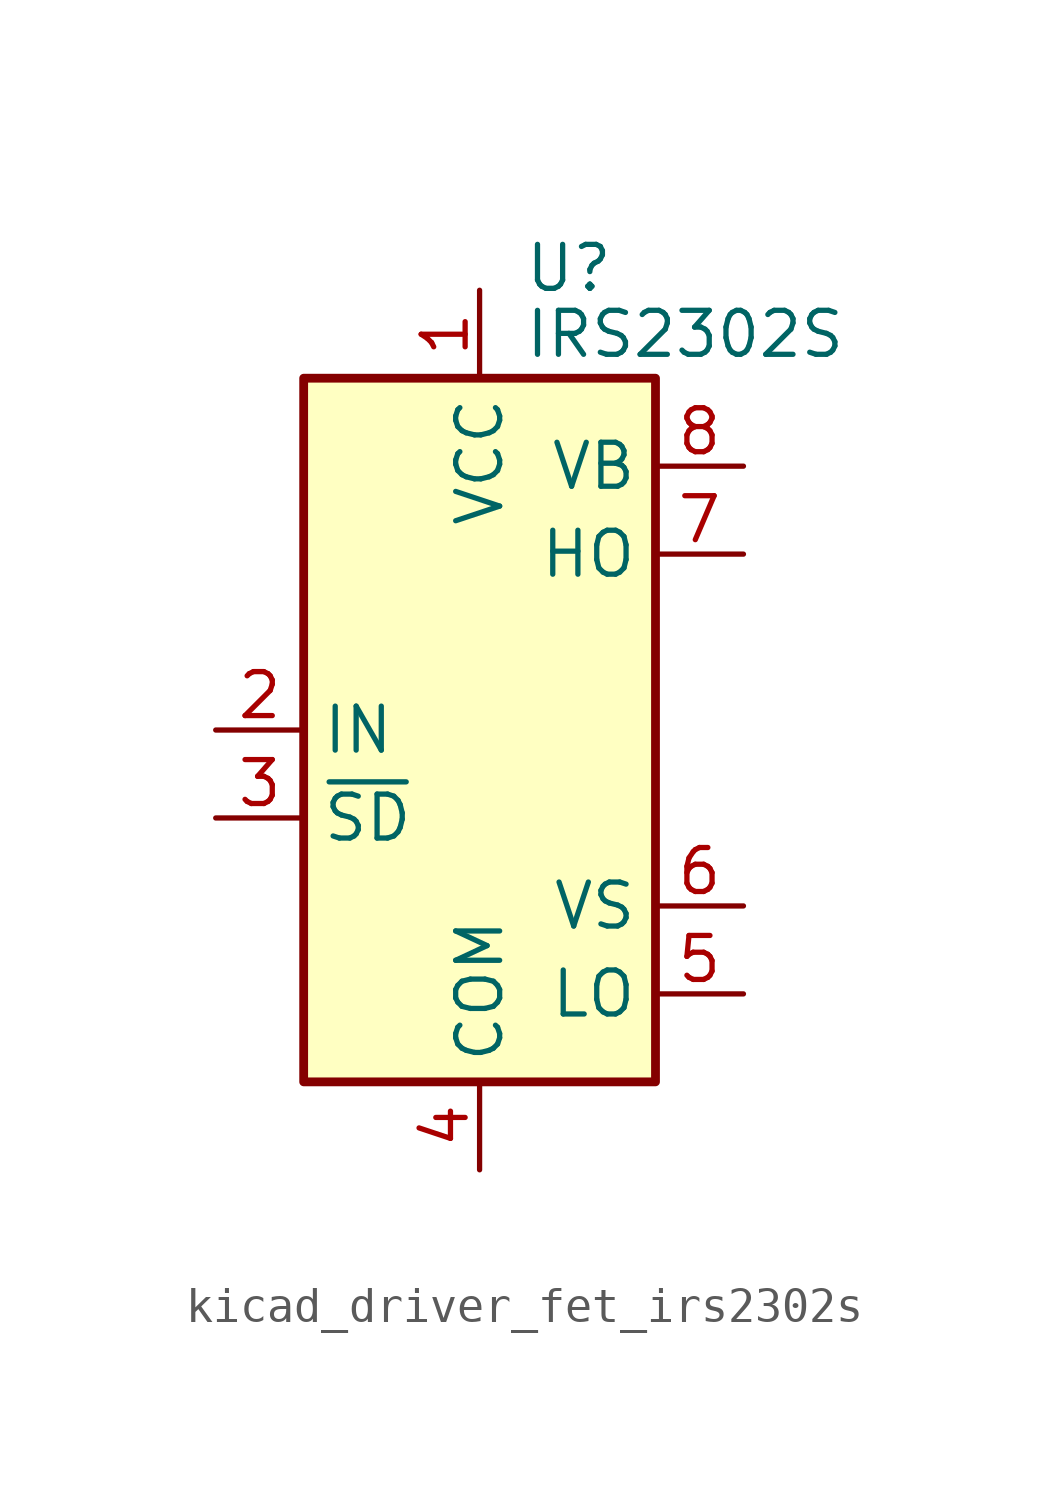
<source format=kicad_sym>
(kicad_symbol_lib
  (version 20220914)
  (generator kicad_symbol_editor)
  (symbol "kicad_driver_fet_irs2302s"
    (property "Reference" "U"
      (at 1.27 13.335 0)
      (effects (font (size 1.27 1.27)) (justify left)))
    (property "Value" "IRS2302S"
      (at 1.27 11.43 0)
      (effects (font (size 1.27 1.27)) (justify left)))
    (symbol "kicad_driver_fet_irs2302s_0_1"
      (rectangle (start -5.08 -10.16) (end 5.08 10.16) (stroke (width 0.254) (type default)) (fill (type background))))
    (symbol "kicad_driver_fet_irs2302s_1_1"
      (pin power_in line (at 0 12.7 270) (length 2.54) (name "VCC" (effects (font (size 1.27 1.27)))) (number "1" (effects (font (size 1.27 1.27)))))
      (pin input line (at -7.62 0 0) (length 2.54) (name "IN" (effects (font (size 1.27 1.27)))) (number "2" (effects (font (size 1.27 1.27)))))
      (pin input line (at -7.62 -2.54 0) (length 2.54) (name "~{SD}" (effects (font (size 1.27 1.27)))) (number "3" (effects (font (size 1.27 1.27)))))
      (pin power_in line (at 0 -12.7 90) (length 2.54) (name "COM" (effects (font (size 1.27 1.27)))) (number "4" (effects (font (size 1.27 1.27)))))
      (pin output line (at 7.62 -7.62 180) (length 2.54) (name "LO" (effects (font (size 1.27 1.27)))) (number "5" (effects (font (size 1.27 1.27)))))
      (pin passive line (at 7.62 -5.08 180) (length 2.54) (name "VS" (effects (font (size 1.27 1.27)))) (number "6" (effects (font (size 1.27 1.27)))))
      (pin output line (at 7.62 5.08 180) (length 2.54) (name "HO" (effects (font (size 1.27 1.27)))) (number "7" (effects (font (size 1.27 1.27)))))
      (pin passive line (at 7.62 7.62 180) (length 2.54) (name "VB" (effects (font (size 1.27 1.27)))) (number "8" (effects (font (size 1.27 1.27))))))))
</source>
